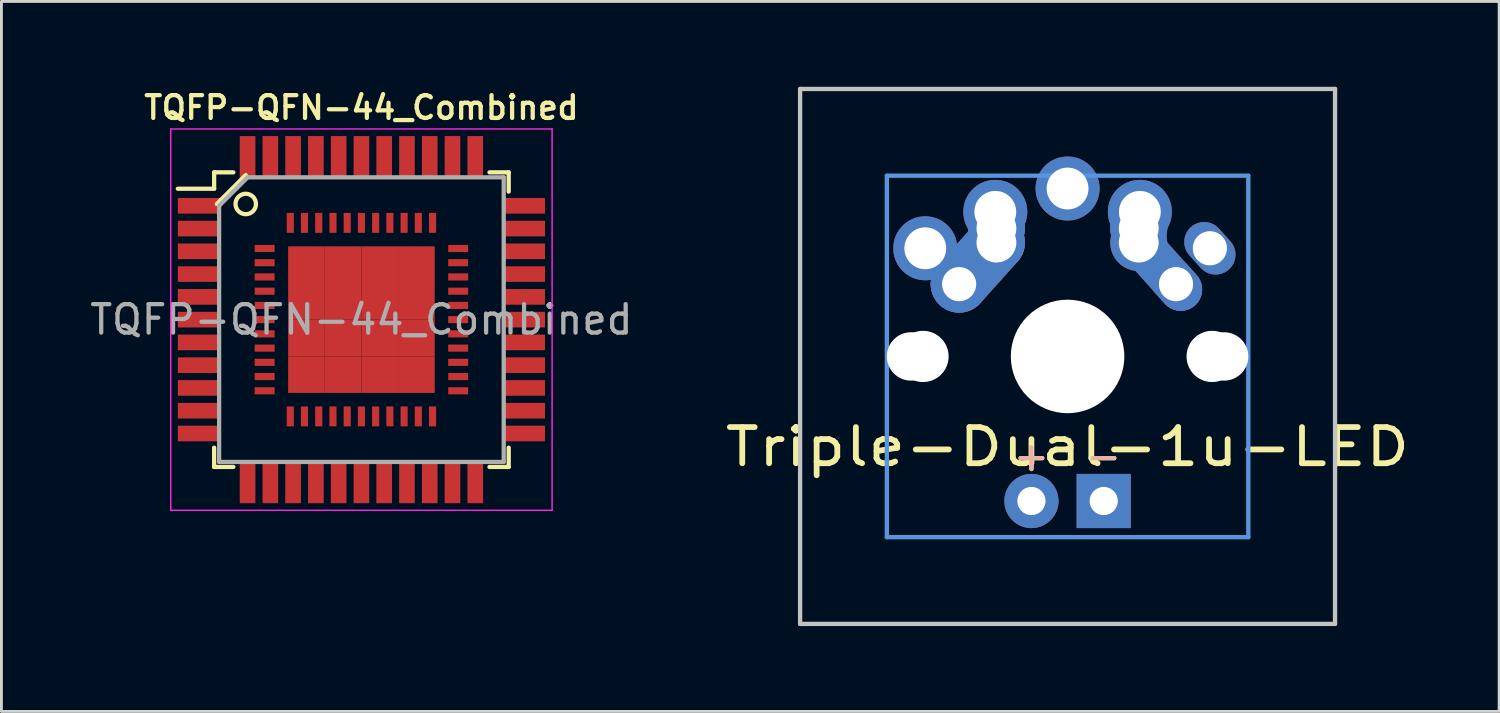
<source format=kicad_pcb>
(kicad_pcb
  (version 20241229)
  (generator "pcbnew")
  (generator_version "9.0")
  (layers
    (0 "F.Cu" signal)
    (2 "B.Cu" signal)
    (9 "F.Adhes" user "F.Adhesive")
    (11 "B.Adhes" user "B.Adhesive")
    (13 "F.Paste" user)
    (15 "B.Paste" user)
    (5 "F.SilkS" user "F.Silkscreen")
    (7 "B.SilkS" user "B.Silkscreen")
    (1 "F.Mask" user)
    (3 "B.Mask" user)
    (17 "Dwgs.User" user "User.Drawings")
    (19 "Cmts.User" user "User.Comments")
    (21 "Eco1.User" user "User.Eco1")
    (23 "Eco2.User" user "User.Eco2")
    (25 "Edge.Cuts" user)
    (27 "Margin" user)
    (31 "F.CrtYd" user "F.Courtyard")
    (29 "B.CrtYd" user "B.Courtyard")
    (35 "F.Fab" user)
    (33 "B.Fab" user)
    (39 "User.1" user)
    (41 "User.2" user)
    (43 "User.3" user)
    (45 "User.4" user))
  (footprint "TQFP-QFN-44_Combined"
    (layer "F.Cu")
    (at 9.649 8.181)
    (property "Reference" "TQFP-QFN-44_Combined" (at 0 -7.45 0) (layer "F.SilkS") (effects (font (size 0.8 0.8) (thickness 0.15))))
    (attr smd)
    (fp_line (start -5.175 -5.175) (end -5.175 -4.6) (stroke (width 0.15) (type solid)) (layer "F.SilkS"))
    (fp_line (start -5.175 -5.175) (end -4.5 -5.175) (stroke (width 0.15) (type solid)) (layer "F.SilkS"))
    (fp_line (start -5.175 -4.6) (end -6.45 -4.6) (stroke (width 0.15) (type solid)) (layer "F.SilkS"))
    (fp_line (start -5.175 5.175) (end -5.175 4.5) (stroke (width 0.15) (type solid)) (layer "F.SilkS"))
    (fp_line (start -5.175 5.175) (end -4.5 5.175) (stroke (width 0.15) (type solid)) (layer "F.SilkS"))
    (fp_line (start -5.08 -4.064) (end -4.064 -5.08) (stroke (width 0.15) (type solid)) (layer "F.SilkS"))
    (fp_line (start 5.175 -5.175) (end 4.5 -5.175) (stroke (width 0.15) (type solid)) (layer "F.SilkS"))
    (fp_line (start 5.175 -5.175) (end 5.175 -4.5) (stroke (width 0.15) (type solid)) (layer "F.SilkS"))
    (fp_line (start 5.175 5.175) (end 4.5 5.175) (stroke (width 0.15) (type solid)) (layer "F.SilkS"))
    (fp_line (start 5.175 5.175) (end 5.175 4.5) (stroke (width 0.15) (type solid)) (layer "F.SilkS"))
    (fp_circle (center -4.064 -4.064) (end -3.81 -3.81) (stroke (width 0.15) (type solid)) (fill no) (layer "F.SilkS"))
    (fp_line (start -6.7 -6.7) (end -6.7 6.7) (stroke (width 0.05) (type solid)) (layer "F.CrtYd"))
    (fp_line (start -6.7 -6.7) (end 6.7 -6.7) (stroke (width 0.05) (type solid)) (layer "F.CrtYd"))
    (fp_line (start -6.7 6.7) (end 6.7 6.7) (stroke (width 0.05) (type solid)) (layer "F.CrtYd"))
    (fp_line (start 6.7 -6.7) (end 6.7 6.7) (stroke (width 0.05) (type solid)) (layer "F.CrtYd"))
    (fp_line (start -5 -4) (end -4 -5) (stroke (width 0.15) (type solid)) (layer "F.Fab"))
    (fp_line (start -5 5) (end -5 -4) (stroke (width 0.15) (type solid)) (layer "F.Fab"))
    (fp_line (start -4 -5) (end 5 -5) (stroke (width 0.15) (type solid)) (layer "F.Fab"))
    (fp_line (start 5 -5) (end 5 5) (stroke (width 0.15) (type solid)) (layer "F.Fab"))
    (fp_line (start 5 5) (end -5 5) (stroke (width 0.15) (type solid)) (layer "F.Fab"))
    (fp_text user "${REFERENCE}" (at 0 0 0) (layer "F.Fab") (effects (font (size 1 1) (thickness 0.15))))
    (pad "1" smd rect (at -5.7 -4) (size 1.5 0.55) (layers "F.Cu" "F.Mask" "F.Paste"))
    (pad "1" smd rect (at -3.4 -2.5) (size 0.7 0.25) (layers "F.Cu" "F.Mask" "F.Paste"))
    (pad "2" smd rect (at -5.7 -3.2) (size 1.5 0.55) (layers "F.Cu" "F.Mask" "F.Paste"))
    (pad "2" smd rect (at -3.4 -2) (size 0.7 0.25) (layers "F.Cu" "F.Mask" "F.Paste"))
    (pad "3" smd rect (at -5.7 -2.4) (size 1.5 0.55) (layers "F.Cu" "F.Mask" "F.Paste"))
    (pad "3" smd rect (at -3.4 -1.5) (size 0.7 0.25) (layers "F.Cu" "F.Mask" "F.Paste"))
    (pad "4" smd rect (at -5.7 -1.6) (size 1.5 0.55) (layers "F.Cu" "F.Mask" "F.Paste"))
    (pad "4" smd rect (at -3.4 -1) (size 0.7 0.25) (layers "F.Cu" "F.Mask" "F.Paste"))
    (pad "5" smd rect (at -5.7 -0.8) (size 1.5 0.55) (layers "F.Cu" "F.Mask" "F.Paste"))
    (pad "5" smd rect (at -3.4 -0.5) (size 0.7 0.25) (layers "F.Cu" "F.Mask" "F.Paste"))
    (pad "6" smd rect (at -5.7 0) (size 1.5 0.55) (layers "F.Cu" "F.Mask" "F.Paste"))
    (pad "6" smd rect (at -3.4 0) (size 0.7 0.25) (layers "F.Cu" "F.Mask" "F.Paste"))
    (pad "7" smd rect (at -5.7 0.8) (size 1.5 0.55) (layers "F.Cu" "F.Mask" "F.Paste"))
    (pad "7" smd rect (at -3.4 0.5) (size 0.7 0.25) (layers "F.Cu" "F.Mask" "F.Paste"))
    (pad "8" smd rect (at -5.7 1.6) (size 1.5 0.55) (layers "F.Cu" "F.Mask" "F.Paste"))
    (pad "8" smd rect (at -3.4 1) (size 0.7 0.25) (layers "F.Cu" "F.Mask" "F.Paste"))
    (pad "9" smd rect (at -5.7 2.4) (size 1.5 0.55) (layers "F.Cu" "F.Mask" "F.Paste"))
    (pad "9" smd rect (at -3.4 1.5) (size 0.7 0.25) (layers "F.Cu" "F.Mask" "F.Paste"))
    (pad "10" smd rect (at -5.7 3.2) (size 1.5 0.55) (layers "F.Cu" "F.Mask" "F.Paste"))
    (pad "10" smd rect (at -3.4 2) (size 0.7 0.25) (layers "F.Cu" "F.Mask" "F.Paste"))
    (pad "11" smd rect (at -5.7 4) (size 1.5 0.55) (layers "F.Cu" "F.Mask" "F.Paste"))
    (pad "11" smd rect (at -3.4 2.5) (size 0.7 0.25) (layers "F.Cu" "F.Mask" "F.Paste"))
    (pad "12" smd rect (at -4 5.7 90) (size 1.5 0.55) (layers "F.Cu" "F.Mask" "F.Paste"))
    (pad "12" smd rect (at -2.5 3.4 90) (size 0.7 0.25) (layers "F.Cu" "F.Mask" "F.Paste"))
    (pad "13" smd rect (at -3.2 5.7 90) (size 1.5 0.55) (layers "F.Cu" "F.Mask" "F.Paste"))
    (pad "13" smd rect (at -2 3.4 90) (size 0.7 0.25) (layers "F.Cu" "F.Mask" "F.Paste"))
    (pad "14" smd rect (at -2.4 5.7 90) (size 1.5 0.55) (layers "F.Cu" "F.Mask" "F.Paste"))
    (pad "14" smd rect (at -1.5 3.4 90) (size 0.7 0.25) (layers "F.Cu" "F.Mask" "F.Paste"))
    (pad "15" smd rect (at -1.6 5.7 90) (size 1.5 0.55) (layers "F.Cu" "F.Mask" "F.Paste"))
    (pad "15" smd rect (at -1 3.4 90) (size 0.7 0.25) (layers "F.Cu" "F.Mask" "F.Paste"))
    (pad "16" smd rect (at -0.8 5.7 90) (size 1.5 0.55) (layers "F.Cu" "F.Mask" "F.Paste"))
    (pad "16" smd rect (at -0.5 3.4 90) (size 0.7 0.25) (layers "F.Cu" "F.Mask" "F.Paste"))
    (pad "17" smd rect (at 0 3.4 90) (size 0.7 0.25) (layers "F.Cu" "F.Mask" "F.Paste"))
    (pad "17" smd rect (at 0 5.7 90) (size 1.5 0.55) (layers "F.Cu" "F.Mask" "F.Paste"))
    (pad "18" smd rect (at 0.5 3.4 90) (size 0.7 0.25) (layers "F.Cu" "F.Mask" "F.Paste"))
    (pad "18" smd rect (at 0.8 5.7 90) (size 1.5 0.55) (layers "F.Cu" "F.Mask" "F.Paste"))
    (pad "19" smd rect (at 1 3.4 90) (size 0.7 0.25) (layers "F.Cu" "F.Mask" "F.Paste"))
    (pad "19" smd rect (at 1.6 5.7 90) (size 1.5 0.55) (layers "F.Cu" "F.Mask" "F.Paste"))
    (pad "20" smd rect (at 1.5 3.4 90) (size 0.7 0.25) (layers "F.Cu" "F.Mask" "F.Paste"))
    (pad "20" smd rect (at 2.4 5.7 90) (size 1.5 0.55) (layers "F.Cu" "F.Mask" "F.Paste"))
    (pad "21" smd rect (at 2 3.4 90) (size 0.7 0.25) (layers "F.Cu" "F.Mask" "F.Paste"))
    (pad "21" smd rect (at 3.2 5.7 90) (size 1.5 0.55) (layers "F.Cu" "F.Mask" "F.Paste"))
    (pad "22" smd rect (at 2.5 3.4 90) (size 0.7 0.25) (layers "F.Cu" "F.Mask" "F.Paste"))
    (pad "22" smd rect (at 4 5.7 90) (size 1.5 0.55) (layers "F.Cu" "F.Mask" "F.Paste"))
    (pad "23" smd rect (at 3.4 2.5) (size 0.7 0.25) (layers "F.Cu" "F.Mask" "F.Paste"))
    (pad "23" smd rect (at 5.7 4) (size 1.5 0.55) (layers "F.Cu" "F.Mask" "F.Paste"))
    (pad "24" smd rect (at 3.4 2) (size 0.7 0.25) (layers "F.Cu" "F.Mask" "F.Paste"))
    (pad "24" smd rect (at 5.7 3.2) (size 1.5 0.55) (layers "F.Cu" "F.Mask" "F.Paste"))
    (pad "25" smd rect (at 3.4 1.5) (size 0.7 0.25) (layers "F.Cu" "F.Mask" "F.Paste"))
    (pad "25" smd rect (at 5.7 2.4) (size 1.5 0.55) (layers "F.Cu" "F.Mask" "F.Paste"))
    (pad "26" smd rect (at 3.4 1) (size 0.7 0.25) (layers "F.Cu" "F.Mask" "F.Paste"))
    (pad "26" smd rect (at 5.7 1.6) (size 1.5 0.55) (layers "F.Cu" "F.Mask" "F.Paste"))
    (pad "27" smd rect (at 3.4 0.5) (size 0.7 0.25) (layers "F.Cu" "F.Mask" "F.Paste"))
    (pad "27" smd rect (at 5.7 0.8) (size 1.5 0.55) (layers "F.Cu" "F.Mask" "F.Paste"))
    (pad "28" smd rect (at 3.4 0) (size 0.7 0.25) (layers "F.Cu" "F.Mask" "F.Paste"))
    (pad "28" smd rect (at 5.7 0) (size 1.5 0.55) (layers "F.Cu" "F.Mask" "F.Paste"))
    (pad "29" smd rect (at 3.4 -0.5) (size 0.7 0.25) (layers "F.Cu" "F.Mask" "F.Paste"))
    (pad "29" smd rect (at 5.7 -0.8) (size 1.5 0.55) (layers "F.Cu" "F.Mask" "F.Paste"))
    (pad "30" smd rect (at 3.4 -1) (size 0.7 0.25) (layers "F.Cu" "F.Mask" "F.Paste"))
    (pad "30" smd rect (at 5.7 -1.6) (size 1.5 0.55) (layers "F.Cu" "F.Mask" "F.Paste"))
    (pad "31" smd rect (at 3.4 -1.5) (size 0.7 0.25) (layers "F.Cu" "F.Mask" "F.Paste"))
    (pad "31" smd rect (at 5.7 -2.4) (size 1.5 0.55) (layers "F.Cu" "F.Mask" "F.Paste"))
    (pad "32" smd rect (at 3.4 -2) (size 0.7 0.25) (layers "F.Cu" "F.Mask" "F.Paste"))
    (pad "32" smd rect (at 5.7 -3.2) (size 1.5 0.55) (layers "F.Cu" "F.Mask" "F.Paste"))
    (pad "33" smd rect (at 3.4 -2.5) (size 0.7 0.25) (layers "F.Cu" "F.Mask" "F.Paste"))
    (pad "33" smd rect (at 5.7 -4) (size 1.5 0.55) (layers "F.Cu" "F.Mask" "F.Paste"))
    (pad "34" smd rect (at 2.5 -3.4 90) (size 0.7 0.25) (layers "F.Cu" "F.Mask" "F.Paste"))
    (pad "34" smd rect (at 4 -5.7 90) (size 1.5 0.55) (layers "F.Cu" "F.Mask" "F.Paste"))
    (pad "35" smd rect (at 2 -3.4 90) (size 0.7 0.25) (layers "F.Cu" "F.Mask" "F.Paste"))
    (pad "35" smd rect (at 3.2 -5.7 90) (size 1.5 0.55) (layers "F.Cu" "F.Mask" "F.Paste"))
    (pad "36" smd rect (at 1.5 -3.4 90) (size 0.7 0.25) (layers "F.Cu" "F.Mask" "F.Paste"))
    (pad "36" smd rect (at 2.4 -5.7 90) (size 1.5 0.55) (layers "F.Cu" "F.Mask" "F.Paste"))
    (pad "37" smd rect (at 1 -3.4 90) (size 0.7 0.25) (layers "F.Cu" "F.Mask" "F.Paste"))
    (pad "37" smd rect (at 1.6 -5.7 90) (size 1.5 0.55) (layers "F.Cu" "F.Mask" "F.Paste"))
    (pad "38" smd rect (at 0.5 -3.4 90) (size 0.7 0.25) (layers "F.Cu" "F.Mask" "F.Paste"))
    (pad "38" smd rect (at 0.8 -5.7 90) (size 1.5 0.55) (layers "F.Cu" "F.Mask" "F.Paste"))
    (pad "39" smd rect (at 0 -5.7 90) (size 1.5 0.55) (layers "F.Cu" "F.Mask" "F.Paste"))
    (pad "39" smd rect (at 0 -3.4 90) (size 0.7 0.25) (layers "F.Cu" "F.Mask" "F.Paste"))
    (pad "40" smd rect (at -0.8 -5.7 90) (size 1.5 0.55) (layers "F.Cu" "F.Mask" "F.Paste"))
    (pad "40" smd rect (at -0.5 -3.4 90) (size 0.7 0.25) (layers "F.Cu" "F.Mask" "F.Paste"))
    (pad "41" smd rect (at -1.6 -5.7 90) (size 1.5 0.55) (layers "F.Cu" "F.Mask" "F.Paste"))
    (pad "41" smd rect (at -1 -3.4 90) (size 0.7 0.25) (layers "F.Cu" "F.Mask" "F.Paste"))
    (pad "42" smd rect (at -2.4 -5.7 90) (size 1.5 0.55) (layers "F.Cu" "F.Mask" "F.Paste"))
    (pad "42" smd rect (at -1.5 -3.4 90) (size 0.7 0.25) (layers "F.Cu" "F.Mask" "F.Paste"))
    (pad "43" smd rect (at -3.2 -5.7 90) (size 1.5 0.55) (layers "F.Cu" "F.Mask" "F.Paste"))
    (pad "43" smd rect (at -2 -3.4 90) (size 0.7 0.25) (layers "F.Cu" "F.Mask" "F.Paste"))
    (pad "44" smd rect (at -4 -5.7 90) (size 1.5 0.55) (layers "F.Cu" "F.Mask" "F.Paste"))
    (pad "44" smd rect (at -2.5 -3.4 90) (size 0.7 0.25) (layers "F.Cu" "F.Mask" "F.Paste"))
    (pad "45" smd rect (at -1.931 -1.931) (size 1.288 1.288) (layers "F.Cu" "F.Mask" "F.Paste"))
    (pad "45" smd rect (at -1.931 -0.644) (size 1.288 1.288) (layers "F.Cu" "F.Mask" "F.Paste"))
    (pad "45" smd rect (at -1.931 0.644) (size 1.288 1.288) (layers "F.Cu" "F.Mask" "F.Paste"))
    (pad "45" smd rect (at -1.931 1.931) (size 1.288 1.288) (layers "F.Cu" "F.Mask" "F.Paste"))
    (pad "45" smd rect (at -0.644 -1.931) (size 1.288 1.288) (layers "F.Cu" "F.Mask" "F.Paste"))
    (pad "45" smd rect (at -0.644 -0.644) (size 1.288 1.288) (layers "F.Cu" "F.Mask" "F.Paste"))
    (pad "45" smd rect (at -0.644 0.644) (size 1.288 1.288) (layers "F.Cu" "F.Mask" "F.Paste"))
    (pad "45" smd rect (at -0.644 1.931) (size 1.288 1.288) (layers "F.Cu" "F.Mask" "F.Paste"))
    (pad "45" smd rect (at 0.644 -1.931) (size 1.288 1.288) (layers "F.Cu" "F.Mask" "F.Paste"))
    (pad "45" smd rect (at 0.644 -0.644) (size 1.288 1.288) (layers "F.Cu" "F.Mask" "F.Paste"))
    (pad "45" smd rect (at 0.644 0.644) (size 1.288 1.288) (layers "F.Cu" "F.Mask" "F.Paste"))
    (pad "45" smd rect (at 0.644 1.931) (size 1.288 1.288) (layers "F.Cu" "F.Mask" "F.Paste"))
    (pad "45" smd rect (at 1.931 -1.931) (size 1.288 1.288) (layers "F.Cu" "F.Mask" "F.Paste"))
    (pad "45" smd rect (at 1.931 -0.644) (size 1.288 1.288) (layers "F.Cu" "F.Mask" "F.Paste"))
    (pad "45" smd rect (at 1.931 0.644) (size 1.288 1.288) (layers "F.Cu" "F.Mask" "F.Paste"))
    (pad "45" smd rect (at 1.931 1.931) (size 1.288 1.288) (layers "F.Cu" "F.Mask" "F.Paste")))
  (footprint "Triple-Dual-1u-LED"
    (layer "F.Cu")
    (at 34.461 9.474)
    (property "Reference" "Triple-Dual-1u-LED" (at 0 3.175 0) (layer "F.SilkS") (effects (font (size 1.27 1.524) (thickness 0.203))))
    (attr through_hole)
    (fp_line (start -9.398 -9.398) (end 9.398 -9.398) (stroke (width 0.152) (type solid)) (layer "Dwgs.User"))
    (fp_line (start -9.398 9.398) (end -9.398 -9.398) (stroke (width 0.152) (type solid)) (layer "Dwgs.User"))
    (fp_line (start 9.398 -9.398) (end 9.398 9.398) (stroke (width 0.152) (type solid)) (layer "Dwgs.User"))
    (fp_line (start 9.398 9.398) (end -9.398 9.398) (stroke (width 0.152) (type solid)) (layer "Dwgs.User"))
    (fp_line (start -6.35 -6.35) (end 6.35 -6.35) (stroke (width 0.152) (type solid)) (layer "Cmts.User"))
    (fp_line (start -6.35 6.35) (end -6.35 -6.35) (stroke (width 0.152) (type solid)) (layer "Cmts.User"))
    (fp_line (start 6.35 -6.35) (end 6.35 6.35) (stroke (width 0.152) (type solid)) (layer "Cmts.User"))
    (fp_line (start 6.35 6.35) (end -6.35 6.35) (stroke (width 0.152) (type solid)) (layer "Cmts.User"))
    (fp_line (start -6.985 -6.985) (end 6.985 -6.985) (stroke (width 0.152) (type solid)) (layer "Eco2.User"))
    (fp_line (start -6.985 6.985) (end -6.985 -6.985) (stroke (width 0.152) (type solid)) (layer "Eco2.User"))
    (fp_line (start 6.985 -6.985) (end 6.985 6.985) (stroke (width 0.152) (type solid)) (layer "Eco2.User"))
    (fp_line (start 6.985 6.985) (end -6.985 6.985) (stroke (width 0.152) (type solid)) (layer "Eco2.User"))
    (fp_text user "-" (at 1.26 3.5 0) (layer "F.SilkS") (effects (font (size 1 1) (thickness 0.15))))
    (fp_text user "+" (at -1.27 3.5 0) (layer "F.SilkS") (effects (font (size 1 1) (thickness 0.15))))
    (fp_text user "+" (at -1.27 3.5 0) (layer "B.SilkS") (effects (font (size 1 1) (thickness 0.15)) (justify mirror)))
    (fp_text user "-" (at 1.26 3.5 0) (layer "B.SilkS") (effects (font (size 1 1) (thickness 0.15)) (justify mirror)))
    (pad "" np_thru_hole circle (at -5.5 0) (size 1.7 1.7) (drill 1.7) (layers "*.Cu"))
    (pad "" np_thru_hole circle (at -5.08 0) (size 1.8 1.8) (drill 1.8) (layers "*.Cu"))
    (pad "" np_thru_hole circle (at 0 0) (size 3.988 3.988) (drill 3.988) (layers "*.Cu"))
    (pad "" np_thru_hole circle (at 5.08 0) (size 1.8 1.8) (drill 1.8) (layers "*.Cu"))
    (pad "" np_thru_hole circle (at 5.5 0) (size 1.7 1.7) (drill 1.7) (layers "*.Cu"))
    (pad "1" thru_hole circle (at -5 -3.8 138.1) (size 2.25 2.25) (drill 1.47) (layers "*.Cu" "*.Mask"))
    (pad "1" thru_hole circle (at -3.81 -2.54) (size 2 2) (drill oval 1.2) (layers "*.Cu" "*.Mask"))
    (pad "1" smd oval (at -3.155 -3.27 138.1) (size 2 3.962) (layers "F.Cu" "F.Mask" "F.Paste"))
    (pad "1" smd oval (at -3.155 -3.27 138.1) (size 2 3.962) (layers "B.Cu" "B.Mask" "B.Paste"))
    (pad "1" thru_hole circle (at -2.54 -5.08 330.95) (size 2.25 2.25) (drill 1.47) (layers "*.Cu" "*.Mask"))
    (pad "1" smd oval (at -2.52 -4.79 3.945) (size 2 2.581) (layers "F.Cu" "F.Mask" "F.Paste"))
    (pad "1" smd oval (at -2.52 -4.79 3.945) (size 2 2.581) (layers "B.Cu" "B.Mask" "B.Paste"))
    (pad "1" thru_hole circle (at -2.5 -4.5 330.95) (size 2 2) (drill 1.4) (layers "*.Cu" "*.Mask"))
    (pad "1" thru_hole circle (at -2.5 -4 330.95) (size 2 2) (drill 1.4) (layers "*.Cu" "*.Mask"))
    (pad "1" thru_hole oval (at 5 -3.8 221.9) (size 1.4 2) (drill 1.2) (layers "*.Cu" "*.Mask"))
    (pad "2" thru_hole circle (at 0 -5.9) (size 2.25 2.25) (drill 1.47) (layers "*.Cu" "*.Mask"))
    (pad "2" thru_hole circle (at 2.5 -4.5 330.95) (size 2 2) (drill 1.4) (layers "*.Cu" "*.Mask"))
    (pad "2" thru_hole circle (at 2.5 -4) (size 2 2) (drill 1.4) (layers "*.Cu" "*.Mask"))
    (pad "2" smd oval (at 2.52 -4.79 356.055) (size 2 2.581) (layers "F.Cu" "F.Mask" "F.Paste"))
    (pad "2" smd oval (at 2.52 -4.79 356.055) (size 2 2.581) (layers "B.Cu" "B.Mask" "B.Paste"))
    (pad "2" thru_hole circle (at 2.54 -5.08 330.95) (size 2.25 2.25) (drill 1.47) (layers "*.Cu" "*.Mask"))
    (pad "2" smd oval (at 3.155 -3.27 221.9) (size 1.5 3.962) (layers "F.Cu" "F.Mask" "F.Paste"))
    (pad "2" smd oval (at 3.155 -3.27 221.9) (size 1.5 3.962) (layers "B.Cu" "B.Mask" "B.Paste"))
    (pad "2" thru_hole oval (at 3.81 -2.54 311.9) (size 2 1.5) (drill 1.2) (layers "*.Cu" "*.Mask"))
    (pad "3" thru_hole circle (at -1.27 5.08) (size 1.905 1.905) (drill 0.991) (layers "*.Cu" "*.Mask"))
    (pad "4" thru_hole rect (at 1.27 5.08) (size 1.905 1.905) (drill 0.991) (layers "*.Cu" "*.Mask")))
  (gr_rect
    (start -3 -3)
    (end 49.624 21.948)
    (stroke (width 0.1) (type default))
    (fill no)
    (layer "Edge.Cuts")))
</source>
